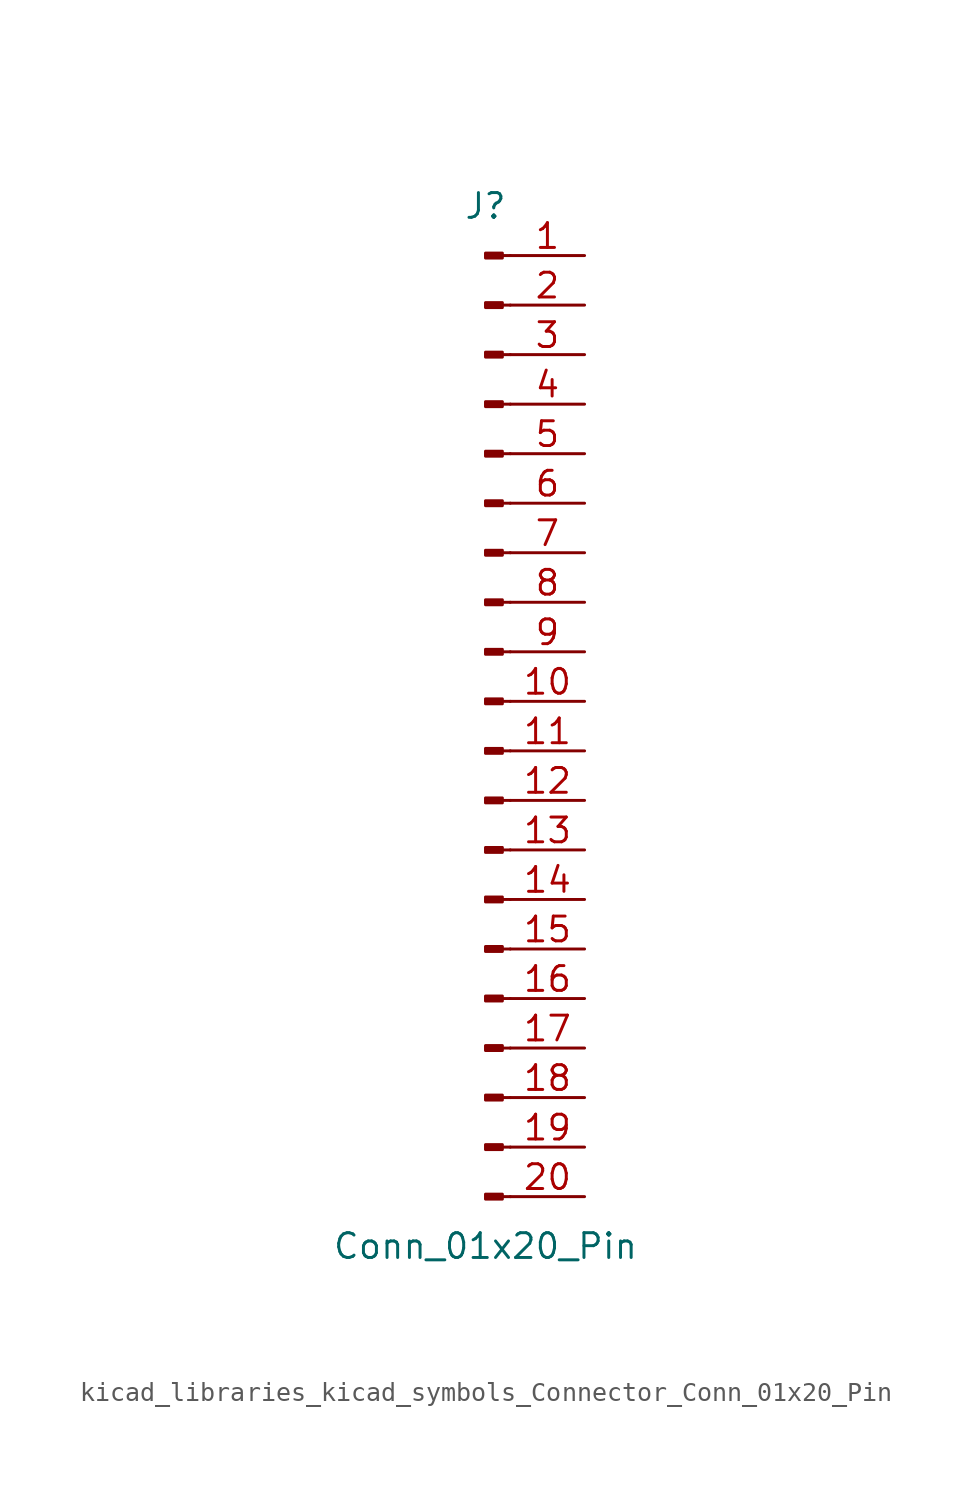
<source format=kicad_sym>
(kicad_symbol_lib
  (version 20220914)
  (generator kicad_symbol_editor)
  (symbol "kicad_libraries_kicad_symbols_Connector_Conn_01x20_Pin"
    (pin_names
      (offset 1.016) hide)
    (property "Reference" "J"
      (at 0 25.4 0)
      (effects (font (size 1.27 1.27))))
    (property "Value" "Conn_01x20_Pin"
      (at 0 -27.94 0)
      (effects (font (size 1.27 1.27))))
    (property "ki_locked" ""
      (at 0 0 0)
      (effects (font (size 1.27 1.27))))
    (symbol "kicad_libraries_kicad_symbols_Connector_Conn_01x20_Pin_1_1"
      (polyline (pts (xy 1.27 -25.4) (xy 0.864 -25.4)) (stroke (width 0.152) (type default)) (fill (type none)))
      (polyline (pts (xy 1.27 -22.86) (xy 0.864 -22.86)) (stroke (width 0.152) (type default)) (fill (type none)))
      (polyline (pts (xy 1.27 -20.32) (xy 0.864 -20.32)) (stroke (width 0.152) (type default)) (fill (type none)))
      (polyline (pts (xy 1.27 -17.78) (xy 0.864 -17.78)) (stroke (width 0.152) (type default)) (fill (type none)))
      (polyline (pts (xy 1.27 -15.24) (xy 0.864 -15.24)) (stroke (width 0.152) (type default)) (fill (type none)))
      (polyline (pts (xy 1.27 -12.7) (xy 0.864 -12.7)) (stroke (width 0.152) (type default)) (fill (type none)))
      (polyline (pts (xy 1.27 -10.16) (xy 0.864 -10.16)) (stroke (width 0.152) (type default)) (fill (type none)))
      (polyline (pts (xy 1.27 -7.62) (xy 0.864 -7.62)) (stroke (width 0.152) (type default)) (fill (type none)))
      (polyline (pts (xy 1.27 -5.08) (xy 0.864 -5.08)) (stroke (width 0.152) (type default)) (fill (type none)))
      (polyline (pts (xy 1.27 -2.54) (xy 0.864 -2.54)) (stroke (width 0.152) (type default)) (fill (type none)))
      (polyline (pts (xy 1.27 0) (xy 0.864 0)) (stroke (width 0.152) (type default)) (fill (type none)))
      (polyline (pts (xy 1.27 2.54) (xy 0.864 2.54)) (stroke (width 0.152) (type default)) (fill (type none)))
      (polyline (pts (xy 1.27 5.08) (xy 0.864 5.08)) (stroke (width 0.152) (type default)) (fill (type none)))
      (polyline (pts (xy 1.27 7.62) (xy 0.864 7.62)) (stroke (width 0.152) (type default)) (fill (type none)))
      (polyline (pts (xy 1.27 10.16) (xy 0.864 10.16)) (stroke (width 0.152) (type default)) (fill (type none)))
      (polyline (pts (xy 1.27 12.7) (xy 0.864 12.7)) (stroke (width 0.152) (type default)) (fill (type none)))
      (polyline (pts (xy 1.27 15.24) (xy 0.864 15.24)) (stroke (width 0.152) (type default)) (fill (type none)))
      (polyline (pts (xy 1.27 17.78) (xy 0.864 17.78)) (stroke (width 0.152) (type default)) (fill (type none)))
      (polyline (pts (xy 1.27 20.32) (xy 0.864 20.32)) (stroke (width 0.152) (type default)) (fill (type none)))
      (polyline (pts (xy 1.27 22.86) (xy 0.864 22.86)) (stroke (width 0.152) (type default)) (fill (type none)))
      (rectangle (start 0.864 -25.273) (end 0 -25.527) (stroke (width 0.152) (type default)) (fill (type outline)))
      (rectangle (start 0.864 -22.733) (end 0 -22.987) (stroke (width 0.152) (type default)) (fill (type outline)))
      (rectangle (start 0.864 -20.193) (end 0 -20.447) (stroke (width 0.152) (type default)) (fill (type outline)))
      (rectangle (start 0.864 -17.653) (end 0 -17.907) (stroke (width 0.152) (type default)) (fill (type outline)))
      (rectangle (start 0.864 -15.113) (end 0 -15.367) (stroke (width 0.152) (type default)) (fill (type outline)))
      (rectangle (start 0.864 -12.573) (end 0 -12.827) (stroke (width 0.152) (type default)) (fill (type outline)))
      (rectangle (start 0.864 -10.033) (end 0 -10.287) (stroke (width 0.152) (type default)) (fill (type outline)))
      (rectangle (start 0.864 -7.493) (end 0 -7.747) (stroke (width 0.152) (type default)) (fill (type outline)))
      (rectangle (start 0.864 -4.953) (end 0 -5.207) (stroke (width 0.152) (type default)) (fill (type outline)))
      (rectangle (start 0.864 -2.413) (end 0 -2.667) (stroke (width 0.152) (type default)) (fill (type outline)))
      (rectangle (start 0.864 0.127) (end 0 -0.127) (stroke (width 0.152) (type default)) (fill (type outline)))
      (rectangle (start 0.864 2.667) (end 0 2.413) (stroke (width 0.152) (type default)) (fill (type outline)))
      (rectangle (start 0.864 5.207) (end 0 4.953) (stroke (width 0.152) (type default)) (fill (type outline)))
      (rectangle (start 0.864 7.747) (end 0 7.493) (stroke (width 0.152) (type default)) (fill (type outline)))
      (rectangle (start 0.864 10.287) (end 0 10.033) (stroke (width 0.152) (type default)) (fill (type outline)))
      (rectangle (start 0.864 12.827) (end 0 12.573) (stroke (width 0.152) (type default)) (fill (type outline)))
      (rectangle (start 0.864 15.367) (end 0 15.113) (stroke (width 0.152) (type default)) (fill (type outline)))
      (rectangle (start 0.864 17.907) (end 0 17.653) (stroke (width 0.152) (type default)) (fill (type outline)))
      (rectangle (start 0.864 20.447) (end 0 20.193) (stroke (width 0.152) (type default)) (fill (type outline)))
      (rectangle (start 0.864 22.987) (end 0 22.733) (stroke (width 0.152) (type default)) (fill (type outline)))
      (pin passive line (at 5.08 22.86 180) (length 3.81) (name "Pin_1" (effects (font (size 1.27 1.27)))) (number "1" (effects (font (size 1.27 1.27)))))
      (pin passive line (at 5.08 0 180) (length 3.81) (name "Pin_10" (effects (font (size 1.27 1.27)))) (number "10" (effects (font (size 1.27 1.27)))))
      (pin passive line (at 5.08 -2.54 180) (length 3.81) (name "Pin_11" (effects (font (size 1.27 1.27)))) (number "11" (effects (font (size 1.27 1.27)))))
      (pin passive line (at 5.08 -5.08 180) (length 3.81) (name "Pin_12" (effects (font (size 1.27 1.27)))) (number "12" (effects (font (size 1.27 1.27)))))
      (pin passive line (at 5.08 -7.62 180) (length 3.81) (name "Pin_13" (effects (font (size 1.27 1.27)))) (number "13" (effects (font (size 1.27 1.27)))))
      (pin passive line (at 5.08 -10.16 180) (length 3.81) (name "Pin_14" (effects (font (size 1.27 1.27)))) (number "14" (effects (font (size 1.27 1.27)))))
      (pin passive line (at 5.08 -12.7 180) (length 3.81) (name "Pin_15" (effects (font (size 1.27 1.27)))) (number "15" (effects (font (size 1.27 1.27)))))
      (pin passive line (at 5.08 -15.24 180) (length 3.81) (name "Pin_16" (effects (font (size 1.27 1.27)))) (number "16" (effects (font (size 1.27 1.27)))))
      (pin passive line (at 5.08 -17.78 180) (length 3.81) (name "Pin_17" (effects (font (size 1.27 1.27)))) (number "17" (effects (font (size 1.27 1.27)))))
      (pin passive line (at 5.08 -20.32 180) (length 3.81) (name "Pin_18" (effects (font (size 1.27 1.27)))) (number "18" (effects (font (size 1.27 1.27)))))
      (pin passive line (at 5.08 -22.86 180) (length 3.81) (name "Pin_19" (effects (font (size 1.27 1.27)))) (number "19" (effects (font (size 1.27 1.27)))))
      (pin passive line (at 5.08 20.32 180) (length 3.81) (name "Pin_2" (effects (font (size 1.27 1.27)))) (number "2" (effects (font (size 1.27 1.27)))))
      (pin passive line (at 5.08 -25.4 180) (length 3.81) (name "Pin_20" (effects (font (size 1.27 1.27)))) (number "20" (effects (font (size 1.27 1.27)))))
      (pin passive line (at 5.08 17.78 180) (length 3.81) (name "Pin_3" (effects (font (size 1.27 1.27)))) (number "3" (effects (font (size 1.27 1.27)))))
      (pin passive line (at 5.08 15.24 180) (length 3.81) (name "Pin_4" (effects (font (size 1.27 1.27)))) (number "4" (effects (font (size 1.27 1.27)))))
      (pin passive line (at 5.08 12.7 180) (length 3.81) (name "Pin_5" (effects (font (size 1.27 1.27)))) (number "5" (effects (font (size 1.27 1.27)))))
      (pin passive line (at 5.08 10.16 180) (length 3.81) (name "Pin_6" (effects (font (size 1.27 1.27)))) (number "6" (effects (font (size 1.27 1.27)))))
      (pin passive line (at 5.08 7.62 180) (length 3.81) (name "Pin_7" (effects (font (size 1.27 1.27)))) (number "7" (effects (font (size 1.27 1.27)))))
      (pin passive line (at 5.08 5.08 180) (length 3.81) (name "Pin_8" (effects (font (size 1.27 1.27)))) (number "8" (effects (font (size 1.27 1.27)))))
      (pin passive line (at 5.08 2.54 180) (length 3.81) (name "Pin_9" (effects (font (size 1.27 1.27)))) (number "9" (effects (font (size 1.27 1.27))))))))
</source>
